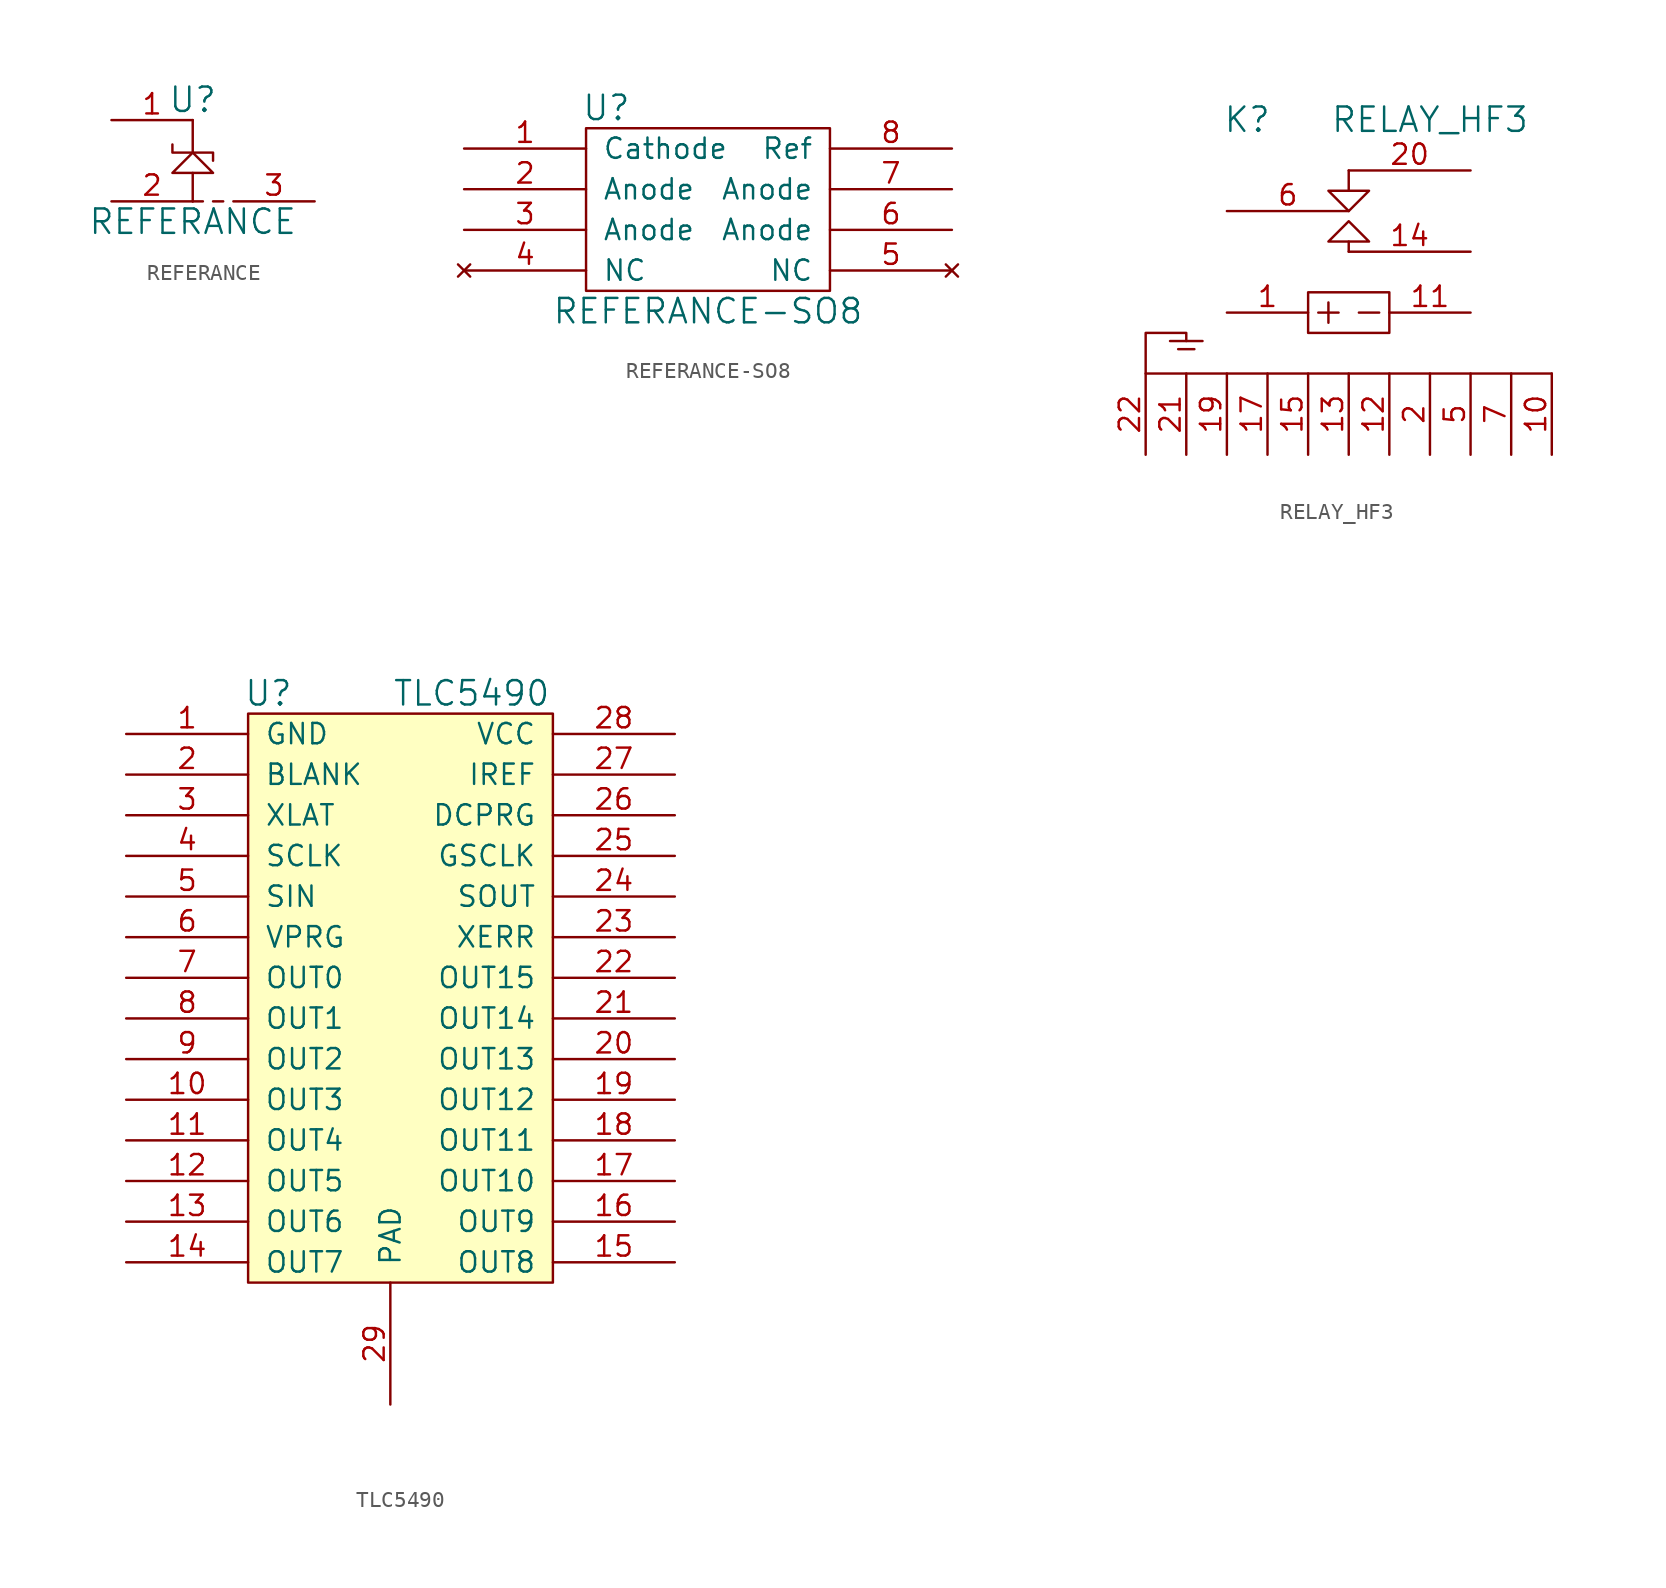
<source format=kicad_sym>
(kicad_symbol_lib
  (version 20211014)
  (generator kicad_symbol_editor)
  (symbol "REFERANCE"
    (pin_names
      (offset 1.016) hide)
    (property "Reference" "U"
      (at 0 3.81 0)
      (effects (font (size 1.524 1.524))))
    (property "Value" "REFERANCE"
      (at 0 -3.81 0)
      (effects (font (size 1.524 1.524))))
    (property "Footprint" ""
      (at 0 -0.762 0)
      (effects (font (size 1.524 1.524))))
    (property "Datasheet" ""
      (at 0 -0.762 0)
      (effects (font (size 1.524 1.524))))
    (symbol "REFERANCE_0_1"
      (polyline (pts (xy 0 -2.54) (xy 0.635 -2.54)) (stroke (width 0) (type default) (color 0 0 0 0)) (fill (type none)))
      (polyline (pts (xy 0 -0.762) (xy 0 -2.54)) (stroke (width 0) (type default) (color 0 0 0 0)) (fill (type none)))
      (polyline (pts (xy 0 2.54) (xy 0 0.508)) (stroke (width 0) (type default) (color 0 0 0 0)) (fill (type none)))
      (polyline (pts (xy 1.27 -2.54) (xy 1.905 -2.54)) (stroke (width 0) (type default) (color 0 0 0 0)) (fill (type none)))
      (polyline (pts (xy 0 0.508) (xy -1.27 -0.762) (xy 1.27 -0.762) (xy 0 0.508)) (stroke (width 0) (type default) (color 0 0 0 0)) (fill (type none)))
      (polyline (pts (xy -1.27 1.016) (xy -1.27 0.508) (xy 0 0.508) (xy 1.27 0.508) (xy 1.27 0)) (stroke (width 0) (type default) (color 0 0 0 0)) (fill (type none))))
    (symbol "REFERANCE_1_1"
      (pin passive line (at -5.08 2.54 0) (length 5.08) (name "~" (effects (font (size 1.27 1.27)))) (number "1" (effects (font (size 1.27 1.27)))))
      (pin passive line (at -5.08 -2.54 0) (length 5.08) (name "~" (effects (font (size 1.27 1.27)))) (number "2" (effects (font (size 1.27 1.27)))))
      (pin passive line (at 7.62 -2.54 180) (length 5.08) (name "~" (effects (font (size 1.27 1.27)))) (number "3" (effects (font (size 1.27 1.27)))))))
  (symbol "REFERANCE-SO8"
    (pin_names
      (offset 1.016))
    (property "Reference" "U"
      (at -6.35 6.35 0)
      (effects (font (size 1.524 1.524))))
    (property "Value" "REFERANCE-SO8"
      (at 0 -6.35 0)
      (effects (font (size 1.524 1.524))))
    (property "Footprint" ""
      (at 0 0 0)
      (effects (font (size 1.524 1.524))))
    (property "Datasheet" ""
      (at 0 0 0)
      (effects (font (size 1.524 1.524))))
    (symbol "REFERANCE-SO8_0_1"
      (rectangle (start -7.62 5.08) (end 7.62 -5.08) (stroke (width 0) (type default) (color 0 0 0 0)) (fill (type none))))
    (symbol "REFERANCE-SO8_1_1"
      (pin input line (at -15.24 3.81 0) (length 7.62) (name "Cathode" (effects (font (size 1.27 1.27)))) (number "1" (effects (font (size 1.27 1.27)))))
      (pin power_in line (at -15.24 1.27 0) (length 7.62) (name "Anode" (effects (font (size 1.27 1.27)))) (number "2" (effects (font (size 1.27 1.27)))))
      (pin power_in line (at -15.24 -1.27 0) (length 7.62) (name "Anode" (effects (font (size 1.27 1.27)))) (number "3" (effects (font (size 1.27 1.27)))))
      (pin no_connect line (at -15.24 -3.81 0) (length 7.62) (name "NC" (effects (font (size 1.27 1.27)))) (number "4" (effects (font (size 1.27 1.27)))))
      (pin no_connect line (at 15.24 -3.81 180) (length 7.62) (name "NC" (effects (font (size 1.27 1.27)))) (number "5" (effects (font (size 1.27 1.27)))))
      (pin power_in line (at 15.24 -1.27 180) (length 7.62) (name "Anode" (effects (font (size 1.27 1.27)))) (number "6" (effects (font (size 1.27 1.27)))))
      (pin power_in line (at 15.24 1.27 180) (length 7.62) (name "Anode" (effects (font (size 1.27 1.27)))) (number "7" (effects (font (size 1.27 1.27)))))
      (pin power_in line (at 15.24 3.81 180) (length 7.62) (name "Ref" (effects (font (size 1.27 1.27)))) (number "8" (effects (font (size 1.27 1.27)))))))
  (symbol "RELAY_HF3"
    (pin_names
      (offset 1.016) hide)
    (property "Reference" "K"
      (at -6.35 5.715 0)
      (effects (font (size 1.524 1.524))))
    (property "Value" "RELAY_HF3"
      (at 5.08 5.715 0)
      (effects (font (size 1.524 1.524))))
    (property "Footprint" ""
      (at -2.54 0 0)
      (effects (font (size 1.524 1.524))))
    (property "Datasheet" ""
      (at -2.54 0 0)
      (effects (font (size 1.524 1.524))))
    (symbol "RELAY_HF3_0_1"
      (rectangle (start -2.54 -5.08) (end 2.54 -7.62) (stroke (width 0) (type default) (color 0 0 0 0)) (fill (type none)))
      (polyline (pts (xy -11.176 -8.128) (xy -9.144 -8.128)) (stroke (width 0) (type default) (color 0 0 0 0)) (fill (type none)))
      (polyline (pts (xy -10.668 -8.636) (xy -9.652 -8.636)) (stroke (width 0) (type default) (color 0 0 0 0)) (fill (type none)))
      (polyline (pts (xy -1.905 -6.35) (xy -0.635 -6.35)) (stroke (width 0) (type default) (color 0 0 0 0)) (fill (type none)))
      (polyline (pts (xy -1.27 -5.715) (xy -1.27 -6.985)) (stroke (width 0) (type default) (color 0 0 0 0)) (fill (type none)))
      (polyline (pts (xy 0 -1.905) (xy 0 -2.54)) (stroke (width 0) (type default) (color 0 0 0 0)) (fill (type none)))
      (polyline (pts (xy 0 1.27) (xy 0 2.54)) (stroke (width 0) (type default) (color 0 0 0 0)) (fill (type none)))
      (polyline (pts (xy 1.905 -6.35) (xy 0.635 -6.35)) (stroke (width 0) (type default) (color 0 0 0 0)) (fill (type none)))
      (polyline (pts (xy 0 -0.635) (xy -1.27 -1.905) (xy 1.27 -1.905) (xy 0 -0.635)) (stroke (width 0) (type default) (color 0 0 0 0)) (fill (type none)))
      (polyline (pts (xy 0 0) (xy 1.27 1.27) (xy -1.27 1.27) (xy 0 0)) (stroke (width 0) (type default) (color 0 0 0 0)) (fill (type none)))
      (polyline (pts (xy 12.7 -10.16) (xy -12.7 -10.16) (xy -12.7 -7.62) (xy -10.16 -7.62) (xy -10.16 -8.128)) (stroke (width 0) (type default) (color 0 0 0 0)) (fill (type none))))
    (symbol "RELAY_HF3_1_1"
      (pin bidirectional line (at -7.62 -6.35 0) (length 5.08) (name "~" (effects (font (size 1.27 1.27)))) (number "1" (effects (font (size 1.27 1.27)))))
      (pin passive line (at 12.7 -15.24 90) (length 5.08) (name "~" (effects (font (size 1.27 1.27)))) (number "10" (effects (font (size 1.27 1.27)))))
      (pin bidirectional line (at 7.62 -6.35 180) (length 5.08) (name "~" (effects (font (size 1.27 1.27)))) (number "11" (effects (font (size 1.27 1.27)))))
      (pin passive line (at 2.54 -15.24 90) (length 5.08) (name "~" (effects (font (size 1.27 1.27)))) (number "12" (effects (font (size 1.27 1.27)))))
      (pin passive line (at 0 -15.24 90) (length 5.08) (name "~" (effects (font (size 1.27 1.27)))) (number "13" (effects (font (size 1.27 1.27)))))
      (pin bidirectional line (at 7.62 -2.54 180) (length 7.62) (name "~" (effects (font (size 1.27 1.27)))) (number "14" (effects (font (size 1.27 1.27)))))
      (pin passive line (at -2.54 -15.24 90) (length 5.08) (name "~" (effects (font (size 1.27 1.27)))) (number "15" (effects (font (size 1.27 1.27)))))
      (pin passive line (at -5.08 -15.24 90) (length 5.08) (name "~" (effects (font (size 1.27 1.27)))) (number "17" (effects (font (size 1.27 1.27)))))
      (pin passive line (at -7.62 -15.24 90) (length 5.08) (name "~" (effects (font (size 1.27 1.27)))) (number "19" (effects (font (size 1.27 1.27)))))
      (pin passive line (at 5.08 -15.24 90) (length 5.08) (name "~" (effects (font (size 1.27 1.27)))) (number "2" (effects (font (size 1.27 1.27)))))
      (pin bidirectional line (at 7.62 2.54 180) (length 7.62) (name "~" (effects (font (size 1.27 1.27)))) (number "20" (effects (font (size 1.27 1.27)))))
      (pin passive line (at -10.16 -15.24 90) (length 5.08) (name "~" (effects (font (size 1.27 1.27)))) (number "21" (effects (font (size 1.27 1.27)))))
      (pin passive line (at -12.7 -15.24 90) (length 5.08) (name "~" (effects (font (size 1.27 1.27)))) (number "22" (effects (font (size 1.27 1.27)))))
      (pin passive line (at 7.62 -15.24 90) (length 5.08) (name "~" (effects (font (size 1.27 1.27)))) (number "5" (effects (font (size 1.27 1.27)))))
      (pin bidirectional line (at -7.62 0 0) (length 7.62) (name "~" (effects (font (size 1.27 1.27)))) (number "6" (effects (font (size 1.27 1.27)))))
      (pin passive line (at 10.16 -15.24 90) (length 5.08) (name "~" (effects (font (size 1.27 1.27)))) (number "7" (effects (font (size 1.27 1.27)))))))
  (symbol "TLC5490"
    (pin_names
      (offset 1.016))
    (property "Reference" "U"
      (at -7.62 24.13 0)
      (effects (font (size 1.524 1.524))))
    (property "Value" "TLC5490"
      (at 5.08 24.13 0)
      (effects (font (size 1.524 1.524))))
    (property "Footprint" ""
      (at 0 0 0)
      (effects (font (size 1.524 1.524))))
    (property "Datasheet" ""
      (at 0 0 0)
      (effects (font (size 1.524 1.524))))
    (symbol "TLC5490_0_1"
      (rectangle (start -8.89 22.86) (end 10.16 -12.7) (stroke (width 0) (type default) (color 0 0 0 0)) (fill (type background))))
    (symbol "TLC5490_1_1"
      (pin power_in line (at -16.51 21.59 0) (length 7.62) (name "GND" (effects (font (size 1.27 1.27)))) (number "1" (effects (font (size 1.27 1.27)))))
      (pin output line (at -16.51 -1.27 0) (length 7.62) (name "OUT3" (effects (font (size 1.27 1.27)))) (number "10" (effects (font (size 1.27 1.27)))))
      (pin output line (at -16.51 -3.81 0) (length 7.62) (name "OUT4" (effects (font (size 1.27 1.27)))) (number "11" (effects (font (size 1.27 1.27)))))
      (pin output line (at -16.51 -6.35 0) (length 7.62) (name "OUT5" (effects (font (size 1.27 1.27)))) (number "12" (effects (font (size 1.27 1.27)))))
      (pin output line (at -16.51 -8.89 0) (length 7.62) (name "OUT6" (effects (font (size 1.27 1.27)))) (number "13" (effects (font (size 1.27 1.27)))))
      (pin output line (at -16.51 -11.43 0) (length 7.62) (name "OUT7" (effects (font (size 1.27 1.27)))) (number "14" (effects (font (size 1.27 1.27)))))
      (pin output line (at 17.78 -11.43 180) (length 7.62) (name "OUT8" (effects (font (size 1.27 1.27)))) (number "15" (effects (font (size 1.27 1.27)))))
      (pin output line (at 17.78 -8.89 180) (length 7.62) (name "OUT9" (effects (font (size 1.27 1.27)))) (number "16" (effects (font (size 1.27 1.27)))))
      (pin output line (at 17.78 -6.35 180) (length 7.62) (name "OUT10" (effects (font (size 1.27 1.27)))) (number "17" (effects (font (size 1.27 1.27)))))
      (pin output line (at 17.78 -3.81 180) (length 7.62) (name "OUT11" (effects (font (size 1.27 1.27)))) (number "18" (effects (font (size 1.27 1.27)))))
      (pin output line (at 17.78 -1.27 180) (length 7.62) (name "OUT12" (effects (font (size 1.27 1.27)))) (number "19" (effects (font (size 1.27 1.27)))))
      (pin input line (at -16.51 19.05 0) (length 7.62) (name "BLANK" (effects (font (size 1.27 1.27)))) (number "2" (effects (font (size 1.27 1.27)))))
      (pin output line (at 17.78 1.27 180) (length 7.62) (name "OUT13" (effects (font (size 1.27 1.27)))) (number "20" (effects (font (size 1.27 1.27)))))
      (pin output line (at 17.78 3.81 180) (length 7.62) (name "OUT14" (effects (font (size 1.27 1.27)))) (number "21" (effects (font (size 1.27 1.27)))))
      (pin output line (at 17.78 6.35 180) (length 7.62) (name "OUT15" (effects (font (size 1.27 1.27)))) (number "22" (effects (font (size 1.27 1.27)))))
      (pin output line (at 17.78 8.89 180) (length 7.62) (name "XERR" (effects (font (size 1.27 1.27)))) (number "23" (effects (font (size 1.27 1.27)))))
      (pin output line (at 17.78 11.43 180) (length 7.62) (name "SOUT" (effects (font (size 1.27 1.27)))) (number "24" (effects (font (size 1.27 1.27)))))
      (pin input line (at 17.78 13.97 180) (length 7.62) (name "GSCLK" (effects (font (size 1.27 1.27)))) (number "25" (effects (font (size 1.27 1.27)))))
      (pin input line (at 17.78 16.51 180) (length 7.62) (name "DCPRG" (effects (font (size 1.27 1.27)))) (number "26" (effects (font (size 1.27 1.27)))))
      (pin output line (at 17.78 19.05 180) (length 7.62) (name "IREF" (effects (font (size 1.27 1.27)))) (number "27" (effects (font (size 1.27 1.27)))))
      (pin power_in line (at 17.78 21.59 180) (length 7.62) (name "VCC" (effects (font (size 1.27 1.27)))) (number "28" (effects (font (size 1.27 1.27)))))
      (pin passive line (at 0 -20.32 90) (length 7.62) (name "PAD" (effects (font (size 1.27 1.27)))) (number "29" (effects (font (size 1.27 1.27)))))
      (pin input line (at -16.51 16.51 0) (length 7.62) (name "XLAT" (effects (font (size 1.27 1.27)))) (number "3" (effects (font (size 1.27 1.27)))))
      (pin input line (at -16.51 13.97 0) (length 7.62) (name "SCLK" (effects (font (size 1.27 1.27)))) (number "4" (effects (font (size 1.27 1.27)))))
      (pin input line (at -16.51 11.43 0) (length 7.62) (name "SIN" (effects (font (size 1.27 1.27)))) (number "5" (effects (font (size 1.27 1.27)))))
      (pin input line (at -16.51 8.89 0) (length 7.62) (name "VPRG" (effects (font (size 1.27 1.27)))) (number "6" (effects (font (size 1.27 1.27)))))
      (pin output line (at -16.51 6.35 0) (length 7.62) (name "OUT0" (effects (font (size 1.27 1.27)))) (number "7" (effects (font (size 1.27 1.27)))))
      (pin output line (at -16.51 3.81 0) (length 7.62) (name "OUT1" (effects (font (size 1.27 1.27)))) (number "8" (effects (font (size 1.27 1.27)))))
      (pin output line (at -16.51 1.27 0) (length 7.62) (name "OUT2" (effects (font (size 1.27 1.27)))) (number "9" (effects (font (size 1.27 1.27))))))))
</source>
